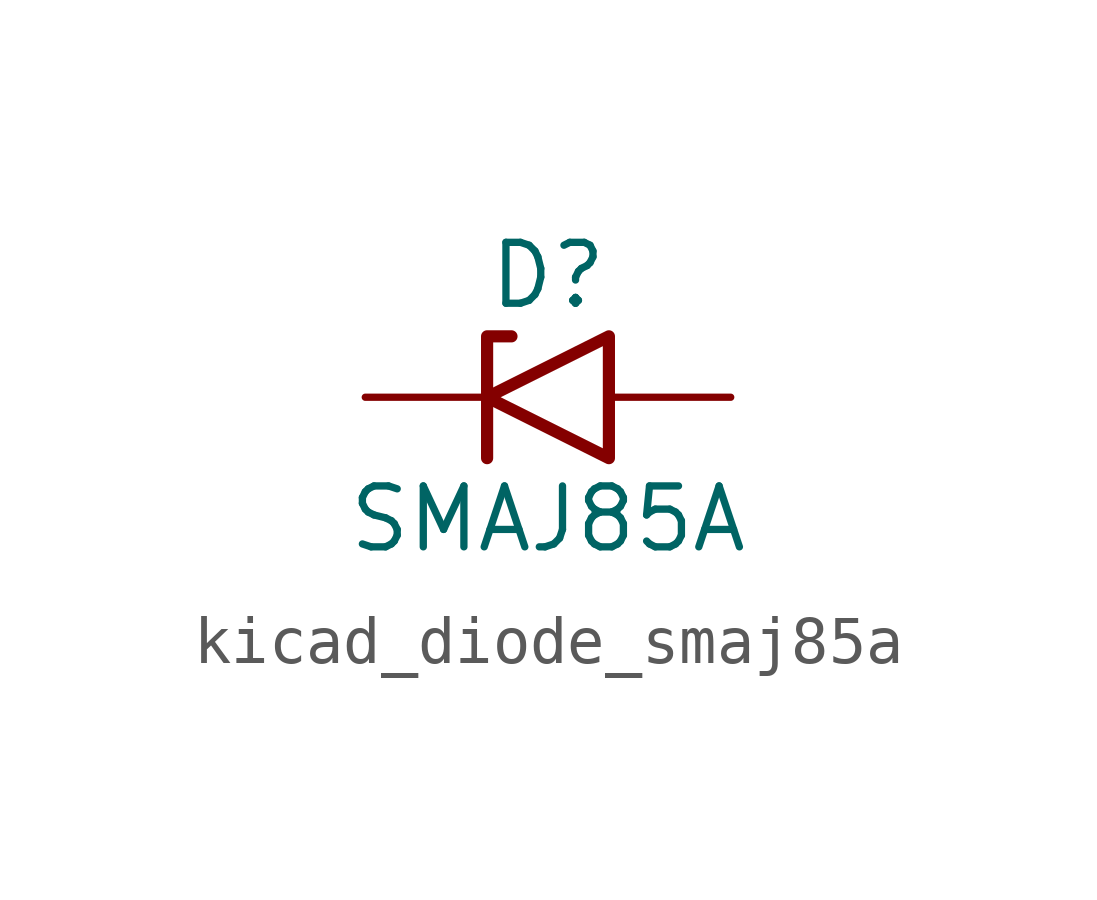
<source format=kicad_sym>
(kicad_symbol_lib
  (version 20220914)
  (generator kicad_symbol_editor)
  (symbol "kicad_diode_smaj85a"
    (pin_numbers hide)
    (pin_names
      (offset 1.016) hide)
    (property "Reference" "D"
      (at 0 2.54 0)
      (effects (font (size 1.27 1.27))))
    (property "Value" "SMAJ85A"
      (at 0 -2.54 0)
      (effects (font (size 1.27 1.27))))
    (symbol "kicad_diode_smaj85a_0_1"
      (polyline (pts (xy -0.762 1.27) (xy -1.27 1.27) (xy -1.27 -1.27)) (stroke (width 0.254) (type default)) (fill (type none)))
      (polyline (pts (xy 1.27 1.27) (xy 1.27 -1.27) (xy -1.27 0) (xy 1.27 1.27)) (stroke (width 0.254) (type default)) (fill (type none))))
    (symbol "kicad_diode_smaj85a_1_1"
      (pin passive line (at -3.81 0 0) (length 2.54) (name "A1" (effects (font (size 1.27 1.27)))) (number "1" (effects (font (size 1.27 1.27)))))
      (pin passive line (at 3.81 0 180) (length 2.54) (name "A2" (effects (font (size 1.27 1.27)))) (number "2" (effects (font (size 1.27 1.27))))))))
</source>
